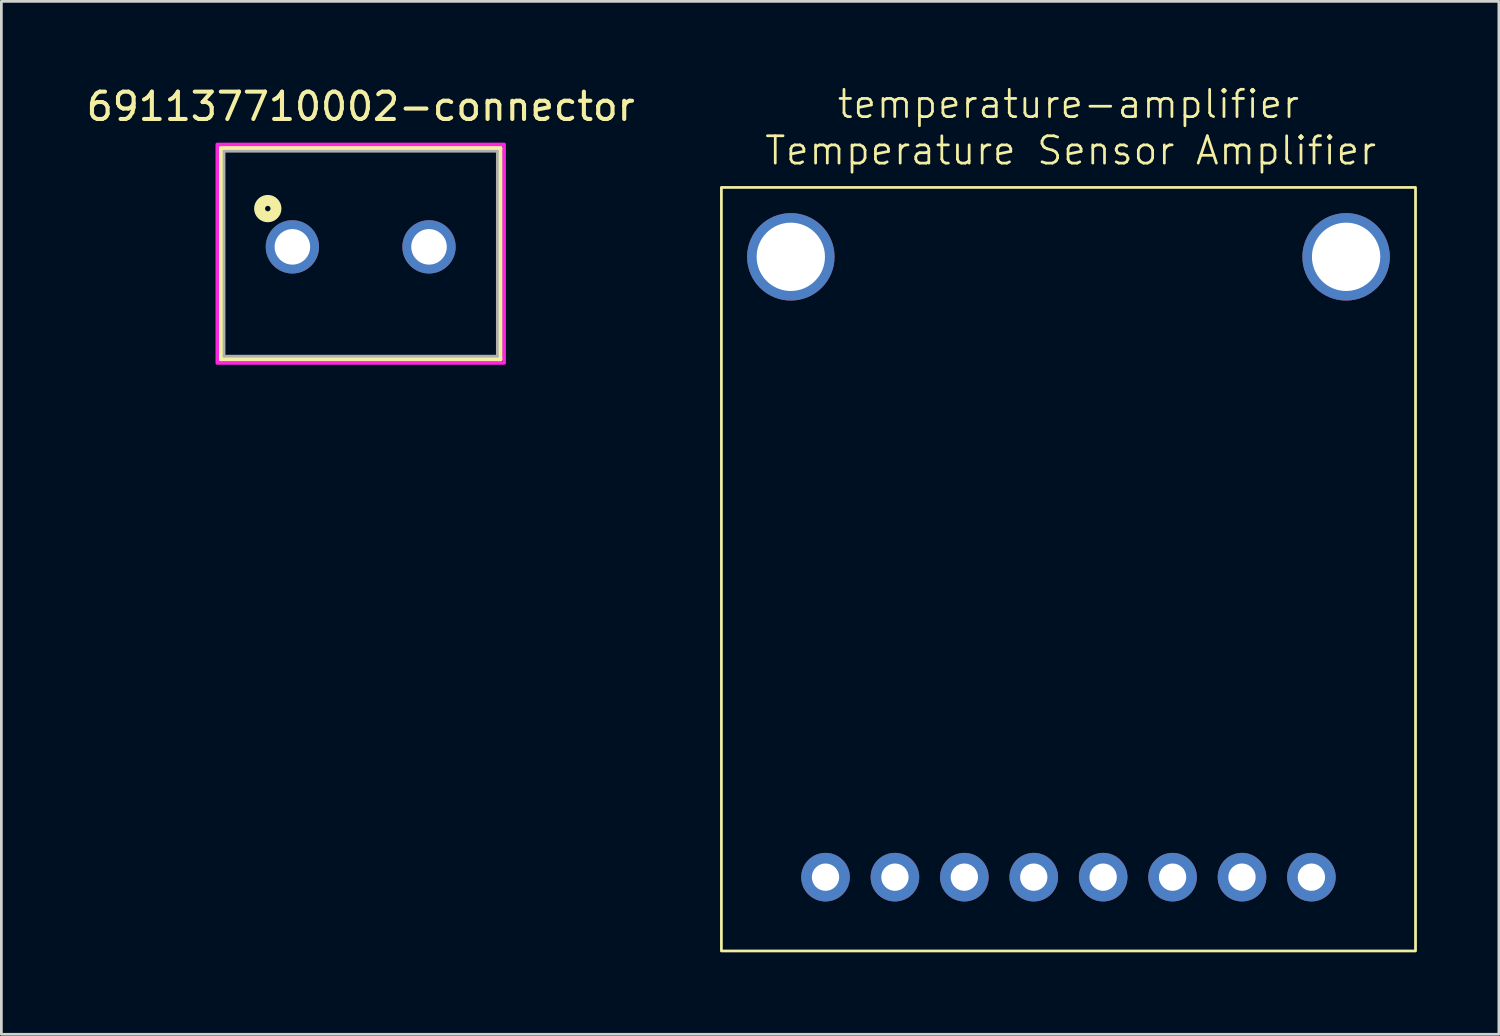
<source format=kicad_pcb>
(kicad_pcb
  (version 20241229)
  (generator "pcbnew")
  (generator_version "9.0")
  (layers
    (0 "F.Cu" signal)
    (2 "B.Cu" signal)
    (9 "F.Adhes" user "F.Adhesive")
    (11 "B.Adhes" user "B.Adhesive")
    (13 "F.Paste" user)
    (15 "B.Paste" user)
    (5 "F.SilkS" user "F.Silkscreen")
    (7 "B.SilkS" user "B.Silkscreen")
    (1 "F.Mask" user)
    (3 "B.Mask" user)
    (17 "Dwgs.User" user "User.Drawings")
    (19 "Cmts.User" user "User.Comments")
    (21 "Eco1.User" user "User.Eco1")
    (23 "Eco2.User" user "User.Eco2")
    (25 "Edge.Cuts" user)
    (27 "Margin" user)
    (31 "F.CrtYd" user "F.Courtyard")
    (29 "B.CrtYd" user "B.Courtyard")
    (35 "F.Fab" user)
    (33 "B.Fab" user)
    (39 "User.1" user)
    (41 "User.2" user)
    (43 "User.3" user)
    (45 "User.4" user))
  (footprint "temperature-amplifier"
    (layer "F.Cu")
    (at 36.048 1.522)
    (property "Reference" "temperature-amplifier" (at 0 -0.762 0) (unlocked yes) (layer "F.SilkS") (effects (font (size 1 1) (thickness 0.1))))
    (attr through_hole)
    (fp_rect (start -12.7 2.286) (end 12.7 30.226) (stroke (width 0.1) (type default)) (fill no) (layer "F.SilkS"))
    (fp_text user "Temperature Sensor Amplifier" (at -11.176 1.524 0) (unlocked yes) (layer "F.SilkS") (effects (font (size 1 1) (thickness 0.1)) (justify left bottom)))
    (pad "1" thru_hole circle (at -8.89 27.526) (size 1.778 1.778) (drill 1) (layers "*.Cu" "*.Mask"))
    (pad "2" thru_hole circle (at -6.35 27.526) (size 1.778 1.778) (drill 1) (layers "*.Cu" "*.Mask"))
    (pad "3" thru_hole circle (at -3.81 27.526) (size 1.778 1.778) (drill 1) (layers "*.Cu" "*.Mask"))
    (pad "4" thru_hole circle (at -1.27 27.526) (size 1.778 1.778) (drill 1) (layers "*.Cu" "*.Mask"))
    (pad "5" thru_hole circle (at 1.27 27.526) (size 1.778 1.778) (drill 1) (layers "*.Cu" "*.Mask"))
    (pad "6" thru_hole circle (at 3.81 27.526) (size 1.778 1.778) (drill 1) (layers "*.Cu" "*.Mask"))
    (pad "7" thru_hole circle (at 6.35 27.526) (size 1.778 1.778) (drill 1) (layers "*.Cu" "*.Mask"))
    (pad "8" thru_hole circle (at 8.89 27.526) (size 1.778 1.778) (drill 1) (layers "*.Cu" "*.Mask"))
    (pad "9" thru_hole circle (at -10.16 4.826) (size 3.2 3.2) (drill 2.5) (layers "*.Cu" "*.Mask"))
    (pad "9" thru_hole circle (at 10.16 4.826) (size 3.2 3.2) (drill 2.5) (layers "*.Cu" "*.Mask")))
  (footprint "691137710002-connector"
    (layer "F.Cu")
    (at 10.149 5.983)
    (property "Reference" "691137710002-connector" (at 0 -5.135 0) (layer "F.SilkS") (effects (font (size 1 1) (thickness 0.15))))
    (attr through_hole)
    (fp_line (start -5.1 -3.6) (end 5.1 -3.6) (stroke (width 0.2) (type solid)) (layer "F.SilkS"))
    (fp_line (start -5.1 4.1) (end -5.1 -3.6) (stroke (width 0.2) (type solid)) (layer "F.SilkS"))
    (fp_line (start 5.1 -3.6) (end 5.1 4.1) (stroke (width 0.2) (type solid)) (layer "F.SilkS"))
    (fp_line (start 5.1 4.1) (end -5.1 4.1) (stroke (width 0.2) (type solid)) (layer "F.SilkS"))
    (fp_circle (center -3.4 -1.4) (end -3.3 -1.4) (stroke (width 0.4) (type solid)) (fill no) (layer "F.SilkS"))
    (fp_poly (pts (xy -5.25 -3.75) (xy 5.25 -3.75) (xy 5.25 4.25) (xy -5.25 4.25)) (stroke (width 0.127) (type solid)) (fill no) (layer "F.CrtYd"))
    (fp_line (start -5 -3.5) (end 5 -3.5) (stroke (width 0.1) (type solid)) (layer "F.Fab"))
    (fp_line (start -5 4) (end -5 -3.5) (stroke (width 0.1) (type solid)) (layer "F.Fab"))
    (fp_line (start 5 -3.5) (end 5 4) (stroke (width 0.1) (type solid)) (layer "F.Fab"))
    (fp_line (start 5 4) (end -5 4) (stroke (width 0.1) (type solid)) (layer "F.Fab"))
    (pad "1" thru_hole circle (at -2.5 0) (size 1.95 1.95) (drill 1.3) (layers "*.Cu" "*.Mask"))
    (pad "2" thru_hole circle (at 2.5 0) (size 1.95 1.95) (drill 1.3) (layers "*.Cu" "*.Mask")))
  (gr_rect
    (start -3 -3)
    (end 51.798 34.798)
    (stroke (width 0.1) (type default))
    (fill no)
    (layer "Edge.Cuts")))
</source>
